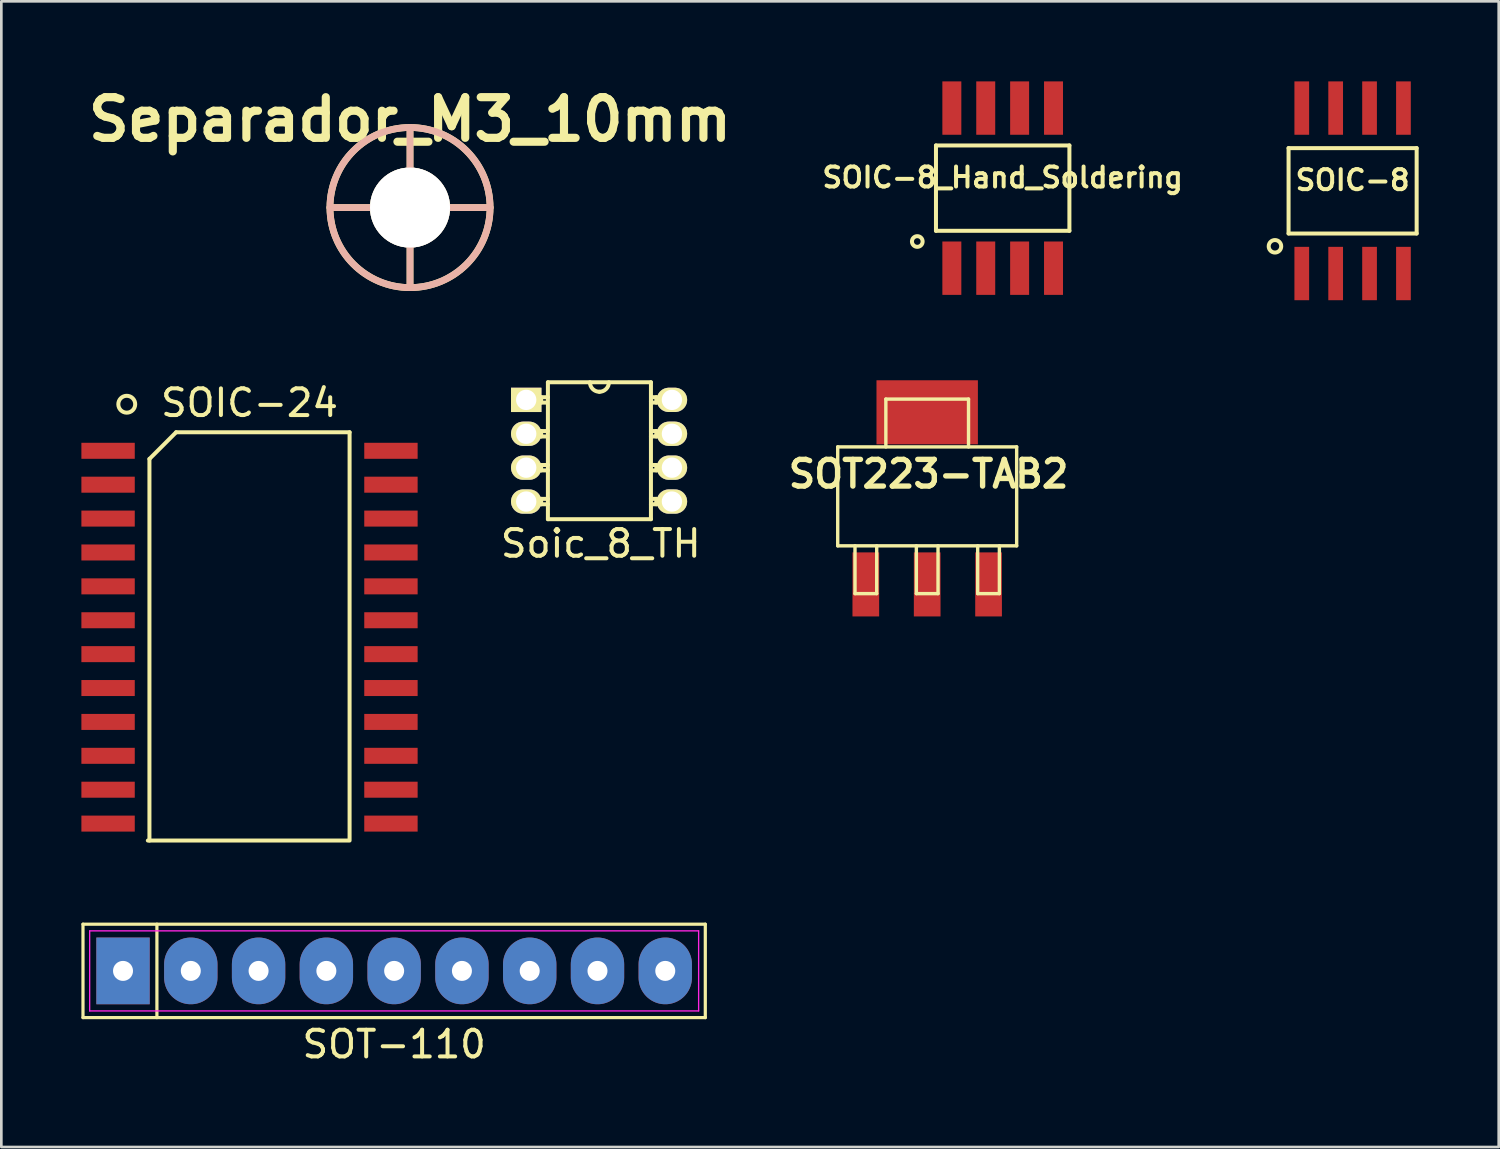
<source format=kicad_pcb>
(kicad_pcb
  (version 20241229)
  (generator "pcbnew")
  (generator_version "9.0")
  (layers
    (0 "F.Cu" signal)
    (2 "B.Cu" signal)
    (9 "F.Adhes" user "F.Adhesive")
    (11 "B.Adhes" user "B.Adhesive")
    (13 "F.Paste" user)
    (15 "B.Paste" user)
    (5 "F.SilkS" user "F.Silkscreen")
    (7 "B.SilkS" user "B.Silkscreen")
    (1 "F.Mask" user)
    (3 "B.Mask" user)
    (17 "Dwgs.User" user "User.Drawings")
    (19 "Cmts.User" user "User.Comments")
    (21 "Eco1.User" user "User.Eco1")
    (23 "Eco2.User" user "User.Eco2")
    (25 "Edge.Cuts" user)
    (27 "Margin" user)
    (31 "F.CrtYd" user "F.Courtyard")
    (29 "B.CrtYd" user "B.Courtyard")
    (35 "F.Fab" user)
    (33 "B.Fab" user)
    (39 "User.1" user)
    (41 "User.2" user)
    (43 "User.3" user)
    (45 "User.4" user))
  (footprint "SOIC-8_Hand_Soldering"
    (layer "F.Cu")
    (at 34.524 4)
    (property "Reference" "SOIC-8_Hand_Soldering" (at 0 -0.4 0) (layer "F.SilkS") (effects (font (size 0.749 0.749) (thickness 0.15))))
    (attr through_hole)
    (fp_line (start -2.5 -1.6) (end -2.5 1.6) (stroke (width 0.15) (type solid)) (layer "F.SilkS"))
    (fp_line (start -2.5 1.6) (end 2.5 1.6) (stroke (width 0.15) (type solid)) (layer "F.SilkS"))
    (fp_line (start 2.5 -1.6) (end -2.5 -1.6) (stroke (width 0.15) (type solid)) (layer "F.SilkS"))
    (fp_line (start 2.5 -1.6) (end 2.5 1.6) (stroke (width 0.15) (type solid)) (layer "F.SilkS"))
    (fp_circle (center -3.2 2) (end -3 2) (stroke (width 0.15) (type solid)) (fill no) (layer "F.SilkS"))
    (pad "1" smd rect (at -1.905 3) (size 0.711 2) (layers "F.Cu" "F.Mask" "F.Paste"))
    (pad "2" smd rect (at -0.635 3) (size 0.711 2) (layers "F.Cu" "F.Mask" "F.Paste"))
    (pad "3" smd rect (at 0.635 3) (size 0.711 2) (layers "F.Cu" "F.Mask" "F.Paste"))
    (pad "4" smd rect (at 1.905 3) (size 0.711 2) (layers "F.Cu" "F.Mask" "F.Paste"))
    (pad "5" smd rect (at 1.905 -3 180) (size 0.711 2) (layers "F.Cu" "F.Mask" "F.Paste"))
    (pad "6" smd rect (at 0.635 -3 180) (size 0.711 2) (layers "F.Cu" "F.Mask" "F.Paste"))
    (pad "7" smd rect (at -0.635 -3 180) (size 0.711 2) (layers "F.Cu" "F.Mask" "F.Paste"))
    (pad "8" smd rect (at -1.905 -3 180) (size 0.711 2) (layers "F.Cu" "F.Mask" "F.Paste")))
  (footprint "SOIC-24"
    (layer "F.Cu")
    (at 6.3 22.098)
    (property "Reference" "SOIC-24" (at 0 -10.05 0) (layer "F.SilkS") (effects (font (size 1 1) (thickness 0.15))))
    (attr smd)
    (fp_line (start -3.75 -7.95) (end -2.75 -8.95) (stroke (width 0.15) (type solid)) (layer "F.SilkS"))
    (fp_line (start -3.75 6.35) (end -3.75 -7.95) (stroke (width 0.15) (type solid)) (layer "F.SilkS"))
    (fp_line (start -2.75 -8.95) (end 3.75 -8.95) (stroke (width 0.15) (type solid)) (layer "F.SilkS"))
    (fp_line (start 3.69 6.35) (end -3.81 6.35) (stroke (width 0.15) (type solid)) (layer "F.SilkS"))
    (fp_line (start 3.75 -8.95) (end 3.75 6.35) (stroke (width 0.15) (type solid)) (layer "F.SilkS"))
    (fp_circle (center -4.6 -10) (end -4.3 -9.9) (stroke (width 0.15) (type solid)) (fill no) (layer "F.SilkS"))
    (pad "1" smd rect (at -5.3 -8.255) (size 2 0.6) (layers "F.Cu" "F.Mask" "F.Paste"))
    (pad "2" smd rect (at -5.3 -6.985) (size 2 0.6) (layers "F.Cu" "F.Mask" "F.Paste"))
    (pad "3" smd rect (at -5.3 -5.715) (size 2 0.6) (layers "F.Cu" "F.Mask" "F.Paste"))
    (pad "4" smd rect (at -5.3 -4.445) (size 2 0.6) (layers "F.Cu" "F.Mask" "F.Paste"))
    (pad "5" smd rect (at -5.3 -3.175) (size 2 0.6) (layers "F.Cu" "F.Mask" "F.Paste"))
    (pad "6" smd rect (at -5.3 -1.905) (size 2 0.6) (layers "F.Cu" "F.Mask" "F.Paste"))
    (pad "7" smd rect (at -5.3 -0.635) (size 2 0.6) (layers "F.Cu" "F.Mask" "F.Paste"))
    (pad "8" smd rect (at -5.3 0.635) (size 2 0.6) (layers "F.Cu" "F.Mask" "F.Paste"))
    (pad "9" smd rect (at -5.3 1.905) (size 2 0.6) (layers "F.Cu" "F.Mask" "F.Paste"))
    (pad "10" smd rect (at -5.3 3.175) (size 2 0.6) (layers "F.Cu" "F.Mask" "F.Paste"))
    (pad "11" smd rect (at -5.3 4.445) (size 2 0.6) (layers "F.Cu" "F.Mask" "F.Paste"))
    (pad "12" smd rect (at -5.3 5.715) (size 2 0.6) (layers "F.Cu" "F.Mask" "F.Paste"))
    (pad "13" smd rect (at 5.3 5.715) (size 2 0.6) (layers "F.Cu" "F.Mask" "F.Paste"))
    (pad "14" smd rect (at 5.3 4.445) (size 2 0.6) (layers "F.Cu" "F.Mask" "F.Paste"))
    (pad "15" smd rect (at 5.3 3.175) (size 2 0.6) (layers "F.Cu" "F.Mask" "F.Paste"))
    (pad "16" smd rect (at 5.3 1.905) (size 2 0.6) (layers "F.Cu" "F.Mask" "F.Paste"))
    (pad "17" smd rect (at 5.3 0.635) (size 2 0.6) (layers "F.Cu" "F.Mask" "F.Paste"))
    (pad "18" smd rect (at 5.3 -0.635) (size 2 0.6) (layers "F.Cu" "F.Mask" "F.Paste"))
    (pad "19" smd rect (at 5.3 -1.905) (size 2 0.6) (layers "F.Cu" "F.Mask" "F.Paste"))
    (pad "20" smd rect (at 5.3 -3.175) (size 2 0.6) (layers "F.Cu" "F.Mask" "F.Paste"))
    (pad "21" smd rect (at 5.3 -4.445) (size 2 0.6) (layers "F.Cu" "F.Mask" "F.Paste"))
    (pad "22" smd rect (at 5.3 -5.715) (size 2 0.6) (layers "F.Cu" "F.Mask" "F.Paste"))
    (pad "23" smd rect (at 5.3 -6.985) (size 2 0.6) (layers "F.Cu" "F.Mask" "F.Paste"))
    (pad "24" smd rect (at 5.3 -8.255) (size 2 0.6) (layers "F.Cu" "F.Mask" "F.Paste")))
  (footprint "SOIC-8"
    (layer "F.Cu")
    (at 47.637 4.1)
    (property "Reference" "SOIC-8" (at 0 -0.4 0) (layer "F.SilkS") (effects (font (size 0.749 0.749) (thickness 0.15))))
    (attr through_hole)
    (fp_line (start -2.4 -1.6) (end -2.4 1.6) (stroke (width 0.15) (type solid)) (layer "F.SilkS"))
    (fp_line (start -2.4 -1.6) (end 2.4 -1.6) (stroke (width 0.15) (type solid)) (layer "F.SilkS"))
    (fp_line (start -2.4 1.6) (end 2.4 1.6) (stroke (width 0.15) (type solid)) (layer "F.SilkS"))
    (fp_line (start 2.4 -1.6) (end 2.4 1.6) (stroke (width 0.15) (type solid)) (layer "F.SilkS"))
    (fp_circle (center -2.91 2.08) (end -2.76 2.26) (stroke (width 0.15) (type solid)) (fill no) (layer "F.SilkS"))
    (pad "1" smd rect (at -1.905 3.1) (size 0.551 2) (layers "F.Cu" "F.Mask" "F.Paste"))
    (pad "2" smd rect (at -0.635 3.1) (size 0.551 2) (layers "F.Cu" "F.Mask" "F.Paste"))
    (pad "3" smd rect (at 0.635 3.1) (size 0.551 2) (layers "F.Cu" "F.Mask" "F.Paste"))
    (pad "4" smd rect (at 1.905 3.1) (size 0.551 2) (layers "F.Cu" "F.Mask" "F.Paste"))
    (pad "5" smd rect (at 1.905 -3.1 180) (size 0.551 2) (layers "F.Cu" "F.Mask" "F.Paste"))
    (pad "6" smd rect (at 0.635 -3.1 180) (size 0.551 2) (layers "F.Cu" "F.Mask" "F.Paste"))
    (pad "7" smd rect (at -0.635 -3.1 180) (size 0.551 2) (layers "F.Cu" "F.Mask" "F.Paste"))
    (pad "8" smd rect (at -1.905 -3.1 180) (size 0.551 2) (layers "F.Cu" "F.Mask" "F.Paste")))
  (footprint "Separador_M3_10mm"
    (layer "F.Cu")
    (at 12.315 4.728)
    (property "Reference" "Separador_M3_10mm" (at 0 -3.302 0) (layer "F.SilkS") (effects (font (size 1.524 1.524) (thickness 0.305))))
    (attr through_hole)
    (fp_line (start -3 0) (end 3 0) (stroke (width 0.254) (type solid)) (layer "F.SilkS"))
    (fp_line (start 0 -3) (end 0 3) (stroke (width 0.254) (type solid)) (layer "F.SilkS"))
    (fp_circle (center 0 0) (end 3 0) (stroke (width 0.254) (type solid)) (fill no) (layer "F.SilkS"))
    (fp_line (start -3 0) (end 3 0) (stroke (width 0.254) (type solid)) (layer "B.SilkS"))
    (fp_line (start 0 -3) (end 0 3) (stroke (width 0.254) (type solid)) (layer "B.SilkS"))
    (fp_circle (center 0 0) (end 3 0) (stroke (width 0.254) (type solid)) (fill no) (layer "B.SilkS"))
    (pad "1" thru_hole circle (at 0 0) (size 3 3) (drill 3) (layers "*.Cu" "F.SilkS")))
  (footprint "SOT-110"
    (layer "F.Cu")
    (at 11.72 33.333)
    (property "Reference" "SOT-110" (at 0 2.75 0) (layer "F.SilkS") (effects (font (size 1 1) (thickness 0.15))))
    (attr through_hole)
    (fp_line (start -11.66 -1.75) (end 11.66 -1.75) (stroke (width 0.12) (type solid)) (layer "F.SilkS"))
    (fp_line (start -11.66 1.75) (end -11.66 -1.75) (stroke (width 0.12) (type solid)) (layer "F.SilkS"))
    (fp_line (start -8.89 -1.75) (end -8.89 1.75) (stroke (width 0.12) (type solid)) (layer "F.SilkS"))
    (fp_line (start 11.66 -1.75) (end 11.66 1.75) (stroke (width 0.12) (type solid)) (layer "F.SilkS"))
    (fp_line (start 11.66 1.75) (end -11.66 1.75) (stroke (width 0.12) (type solid)) (layer "F.SilkS"))
    (fp_line (start -11.41 -1.5) (end 11.41 -1.5) (stroke (width 0.05) (type solid)) (layer "F.CrtYd"))
    (fp_line (start -11.41 1.5) (end -11.41 -1.5) (stroke (width 0.05) (type solid)) (layer "F.CrtYd"))
    (fp_line (start 11.41 -1.5) (end 11.41 1.5) (stroke (width 0.05) (type solid)) (layer "F.CrtYd"))
    (fp_line (start 11.41 1.5) (end -11.41 1.5) (stroke (width 0.05) (type solid)) (layer "F.CrtYd"))
    (pad "1" thru_hole rect (at -10.16 0) (size 2 2.5) (drill 0.75) (layers "*.Cu" "*.Mask"))
    (pad "2" thru_hole oval (at -7.62 0) (size 2 2.5) (drill 0.75) (layers "*.Cu" "*.Mask"))
    (pad "3" thru_hole oval (at -5.08 0) (size 2 2.5) (drill 0.75) (layers "*.Cu" "*.Mask"))
    (pad "4" thru_hole oval (at -2.54 0) (size 2 2.5) (drill 0.75) (layers "*.Cu" "*.Mask"))
    (pad "5" thru_hole oval (at 0 0) (size 2 2.5) (drill 0.75) (layers "*.Cu" "*.Mask"))
    (pad "6" thru_hole oval (at 2.54 0) (size 2 2.5) (drill 0.75) (layers "*.Cu" "*.Mask"))
    (pad "7" thru_hole oval (at 5.08 0) (size 2 2.5) (drill 0.75) (layers "*.Cu" "*.Mask"))
    (pad "8" thru_hole oval (at 7.62 0) (size 2 2.5) (drill 0.75) (layers "*.Cu" "*.Mask"))
    (pad "9" thru_hole oval (at 10.16 0) (size 2 2.5) (drill 0.75) (layers "*.Cu" "*.Mask")))
  (footprint "SOT223-TAB2"
    (layer "F.Cu")
    (at 31.695 15.55)
    (property "Reference" "SOT223-TAB2" (at 0.051 -0.838 0) (layer "F.SilkS") (effects (font (size 1.001 1.001) (thickness 0.201))))
    (attr through_hole)
    (fp_line (start -3.353 -1.854) (end 3.353 -1.854) (stroke (width 0.127) (type solid)) (layer "F.SilkS"))
    (fp_line (start -3.353 1.854) (end -3.353 -1.854) (stroke (width 0.127) (type solid)) (layer "F.SilkS"))
    (fp_line (start -2.705 3.645) (end -2.705 1.854) (stroke (width 0.127) (type solid)) (layer "F.SilkS"))
    (fp_line (start -2.705 3.645) (end -1.892 3.645) (stroke (width 0.127) (type solid)) (layer "F.SilkS"))
    (fp_line (start -1.892 3.645) (end -1.892 1.854) (stroke (width 0.127) (type solid)) (layer "F.SilkS"))
    (fp_line (start -1.549 -3.645) (end -1.549 -1.854) (stroke (width 0.127) (type solid)) (layer "F.SilkS"))
    (fp_line (start -1.549 -3.645) (end 1.549 -3.645) (stroke (width 0.127) (type solid)) (layer "F.SilkS"))
    (fp_line (start -0.406 3.645) (end -0.406 1.854) (stroke (width 0.127) (type solid)) (layer "F.SilkS"))
    (fp_line (start -0.406 3.645) (end 0.406 3.645) (stroke (width 0.127) (type solid)) (layer "F.SilkS"))
    (fp_line (start 0.406 3.645) (end 0.406 1.854) (stroke (width 0.127) (type solid)) (layer "F.SilkS"))
    (fp_line (start 1.549 -3.645) (end 1.549 -1.854) (stroke (width 0.127) (type solid)) (layer "F.SilkS"))
    (fp_line (start 1.892 3.645) (end 1.892 1.854) (stroke (width 0.127) (type solid)) (layer "F.SilkS"))
    (fp_line (start 1.892 3.645) (end 2.705 3.645) (stroke (width 0.127) (type solid)) (layer "F.SilkS"))
    (fp_line (start 2.705 3.645) (end 2.705 1.854) (stroke (width 0.127) (type solid)) (layer "F.SilkS"))
    (fp_line (start 3.353 -1.854) (end 3.353 1.854) (stroke (width 0.127) (type solid)) (layer "F.SilkS"))
    (fp_line (start 3.353 1.854) (end -3.353 1.854) (stroke (width 0.127) (type solid)) (layer "F.SilkS"))
    (pad "1" smd rect (at -2.3 3.3) (size 1 2.4) (layers "F.Cu" "F.Mask" "F.Paste"))
    (pad "2" smd rect (at 0 -3.15) (size 3.8 2.4) (layers "F.Cu" "F.Mask" "F.Paste"))
    (pad "2" smd rect (at 0 3.3) (size 1 2.4) (layers "F.Cu" "F.Mask" "F.Paste"))
    (pad "3" smd rect (at 2.3 3.3) (size 1 2.4) (layers "F.Cu" "F.Mask" "F.Paste")))
  (footprint "Soic_8_TH"
    (layer "F.Cu")
    (at 19.463 13.815)
    (property "Reference" "Soic_8_TH" (at 0 3.505 0) (layer "F.SilkS") (effects (font (size 1 1) (thickness 0.15))))
    (attr through_hole)
    (fp_line (start -2.235 -1.981) (end -2.235 -1.778) (stroke (width 0.15) (type solid)) (layer "F.SilkS"))
    (fp_line (start -2.235 -1.778) (end -2.032 -1.778) (stroke (width 0.15) (type solid)) (layer "F.SilkS"))
    (fp_line (start -2.235 -0.711) (end -2.235 -0.559) (stroke (width 0.15) (type solid)) (layer "F.SilkS"))
    (fp_line (start -2.235 -0.559) (end -2.235 -0.508) (stroke (width 0.15) (type solid)) (layer "F.SilkS"))
    (fp_line (start -2.235 -0.508) (end -2.032 -0.508) (stroke (width 0.15) (type solid)) (layer "F.SilkS"))
    (fp_line (start -2.235 0.559) (end -2.235 0.711) (stroke (width 0.15) (type solid)) (layer "F.SilkS"))
    (fp_line (start -2.235 0.711) (end -2.235 0.762) (stroke (width 0.15) (type solid)) (layer "F.SilkS"))
    (fp_line (start -2.235 0.762) (end -1.981 0.762) (stroke (width 0.15) (type solid)) (layer "F.SilkS"))
    (fp_line (start -2.235 1.829) (end -2.235 1.981) (stroke (width 0.15) (type solid)) (layer "F.SilkS"))
    (fp_line (start -2.235 1.981) (end -2.235 2.032) (stroke (width 0.15) (type solid)) (layer "F.SilkS"))
    (fp_line (start -2.235 2.032) (end -1.981 2.032) (stroke (width 0.15) (type solid)) (layer "F.SilkS"))
    (fp_line (start -1.981 -2.54) (end 1.88 -2.54) (stroke (width 0.15) (type solid)) (layer "F.SilkS"))
    (fp_line (start -1.981 -1.981) (end -2.235 -1.981) (stroke (width 0.15) (type solid)) (layer "F.SilkS"))
    (fp_line (start -1.981 -0.711) (end -2.235 -0.711) (stroke (width 0.15) (type solid)) (layer "F.SilkS"))
    (fp_line (start -1.981 0.559) (end -2.235 0.559) (stroke (width 0.15) (type solid)) (layer "F.SilkS"))
    (fp_line (start -1.981 1.829) (end -2.235 1.829) (stroke (width 0.15) (type solid)) (layer "F.SilkS"))
    (fp_line (start -1.981 2.591) (end -1.981 -2.54) (stroke (width 0.15) (type solid)) (layer "F.SilkS"))
    (fp_line (start 1.88 -2.54) (end 1.88 -1.829) (stroke (width 0.15) (type solid)) (layer "F.SilkS"))
    (fp_line (start 1.88 -1.829) (end 1.88 2.591) (stroke (width 0.15) (type solid)) (layer "F.SilkS"))
    (fp_line (start 1.88 -0.711) (end 2.083 -0.711) (stroke (width 0.15) (type solid)) (layer "F.SilkS"))
    (fp_line (start 1.88 0.559) (end 2.083 0.559) (stroke (width 0.15) (type solid)) (layer "F.SilkS"))
    (fp_line (start 1.88 1.829) (end 2.083 1.829) (stroke (width 0.15) (type solid)) (layer "F.SilkS"))
    (fp_line (start 1.88 2.591) (end -1.981 2.591) (stroke (width 0.15) (type solid)) (layer "F.SilkS"))
    (fp_line (start 1.93 -1.778) (end 2.083 -1.778) (stroke (width 0.15) (type solid)) (layer "F.SilkS"))
    (fp_line (start 2.083 -1.981) (end 1.93 -1.981) (stroke (width 0.15) (type solid)) (layer "F.SilkS"))
    (fp_line (start 2.083 -1.778) (end 2.083 -1.981) (stroke (width 0.15) (type solid)) (layer "F.SilkS"))
    (fp_line (start 2.083 -0.711) (end 2.083 -0.559) (stroke (width 0.15) (type solid)) (layer "F.SilkS"))
    (fp_line (start 2.083 -0.559) (end 2.083 -0.508) (stroke (width 0.15) (type solid)) (layer "F.SilkS"))
    (fp_line (start 2.083 -0.508) (end 1.88 -0.508) (stroke (width 0.15) (type solid)) (layer "F.SilkS"))
    (fp_line (start 2.083 0.559) (end 2.083 0.762) (stroke (width 0.15) (type solid)) (layer "F.SilkS"))
    (fp_line (start 2.083 0.762) (end 1.88 0.762) (stroke (width 0.15) (type solid)) (layer "F.SilkS"))
    (fp_line (start 2.083 1.829) (end 2.083 1.981) (stroke (width 0.15) (type solid)) (layer "F.SilkS"))
    (fp_line (start 2.083 1.981) (end 2.083 2.032) (stroke (width 0.15) (type solid)) (layer "F.SilkS"))
    (fp_line (start 2.083 2.032) (end 1.88 2.032) (stroke (width 0.15) (type solid)) (layer "F.SilkS"))
    (fp_arc (start -0.0508 -2.1844) (mid -0.302247 -2.288553) (end -0.4064 -2.54) (stroke (width 0.15) (type solid)) (layer "F.SilkS"))
    (fp_arc (start 0.3048 -2.54) (mid 0.200647 -2.288553) (end -0.0508 -2.1844) (stroke (width 0.15) (type solid)) (layer "F.SilkS"))
    (pad "1" thru_hole rect (at -2.794 -1.88) (size 1.14 0.91) (drill 0.762) (layers "*.Cu" "*.Mask" "F.SilkS"))
    (pad "2" thru_hole oval (at -2.794 -0.61) (size 1.14 0.91) (drill 0.762) (layers "*.Cu" "*.Mask" "F.SilkS"))
    (pad "3" thru_hole oval (at -2.794 0.66) (size 1.14 0.91) (drill 0.762) (layers "*.Cu" "*.Mask" "F.SilkS"))
    (pad "4" thru_hole oval (at -2.794 1.93) (size 1.14 0.91) (drill 0.762) (layers "*.Cu" "*.Mask" "F.SilkS"))
    (pad "5" thru_hole oval (at 2.666 1.93) (size 1.14 0.91) (drill 0.762) (layers "*.Cu" "*.Mask" "F.SilkS"))
    (pad "6" thru_hole oval (at 2.666 0.66) (size 1.14 0.91) (drill 0.762) (layers "*.Cu" "*.Mask" "F.SilkS"))
    (pad "7" thru_hole oval (at 2.666 -0.61) (size 1.14 0.91) (drill 0.762) (layers "*.Cu" "*.Mask" "F.SilkS"))
    (pad "8" thru_hole oval (at 2.666 -1.88) (size 1.14 0.91) (drill 0.762) (layers "*.Cu" "*.Mask" "F.SilkS")))
  (gr_rect
    (start -3 -3)
    (end 53.112 39.931)
    (stroke (width 0.1) (type default))
    (fill no)
    (layer "Edge.Cuts")))
</source>
